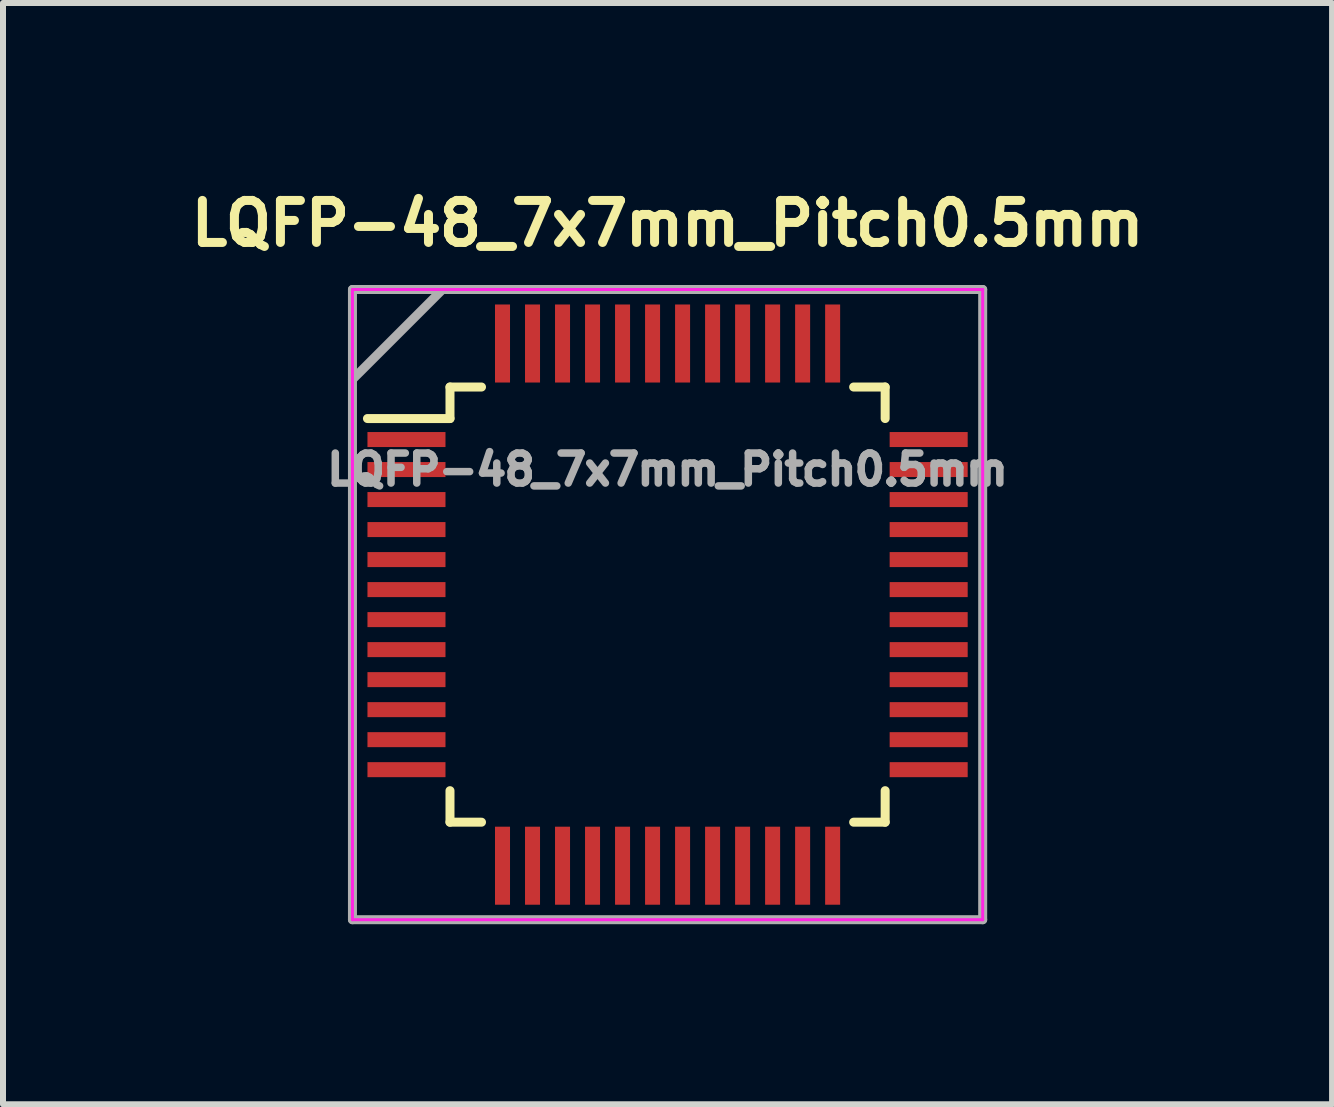
<source format=kicad_pcb>
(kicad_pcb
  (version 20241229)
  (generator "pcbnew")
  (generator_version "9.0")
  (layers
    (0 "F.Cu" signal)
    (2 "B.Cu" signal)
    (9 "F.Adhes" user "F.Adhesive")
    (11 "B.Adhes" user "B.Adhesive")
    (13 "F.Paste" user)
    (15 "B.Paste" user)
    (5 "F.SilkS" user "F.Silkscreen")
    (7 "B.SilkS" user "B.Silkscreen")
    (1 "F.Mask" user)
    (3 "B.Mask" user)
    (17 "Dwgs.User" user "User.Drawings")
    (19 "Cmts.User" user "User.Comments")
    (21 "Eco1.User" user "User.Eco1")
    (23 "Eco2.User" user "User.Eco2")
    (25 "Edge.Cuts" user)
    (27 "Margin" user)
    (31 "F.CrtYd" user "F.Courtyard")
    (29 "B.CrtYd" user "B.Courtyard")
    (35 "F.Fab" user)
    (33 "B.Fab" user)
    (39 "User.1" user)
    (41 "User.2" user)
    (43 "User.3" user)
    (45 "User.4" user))
  (footprint "LQFP-48_7x7mm_Pitch0.5mm"
    (layer "F.Cu")
    (at 8.072 7.023)
    (property "Reference" "LQFP-48_7x7mm_Pitch0.5mm" (at 0 -6.35 180) (layer "F.SilkS") (effects (font (size 0.7 0.7) (thickness 0.15))))
    (attr smd)
    (fp_line (start -3.625 -3.625) (end -3.625 -3.1) (stroke (width 0.15) (type solid)) (layer "F.SilkS"))
    (fp_line (start -3.625 -3.625) (end -3.1 -3.625) (stroke (width 0.15) (type solid)) (layer "F.SilkS"))
    (fp_line (start -3.625 -3.1) (end -5 -3.1) (stroke (width 0.15) (type solid)) (layer "F.SilkS"))
    (fp_line (start -3.625 3.625) (end -3.625 3.1) (stroke (width 0.15) (type solid)) (layer "F.SilkS"))
    (fp_line (start -3.625 3.625) (end -3.1 3.625) (stroke (width 0.15) (type solid)) (layer "F.SilkS"))
    (fp_line (start 3.625 -3.625) (end 3.1 -3.625) (stroke (width 0.15) (type solid)) (layer "F.SilkS"))
    (fp_line (start 3.625 -3.625) (end 3.625 -3.1) (stroke (width 0.15) (type solid)) (layer "F.SilkS"))
    (fp_line (start 3.625 3.625) (end 3.1 3.625) (stroke (width 0.15) (type solid)) (layer "F.SilkS"))
    (fp_line (start 3.625 3.625) (end 3.625 3.1) (stroke (width 0.15) (type solid)) (layer "F.SilkS"))
    (fp_line (start -5.25 -5.25) (end -5.25 5.25) (stroke (width 0.05) (type solid)) (layer "F.CrtYd"))
    (fp_line (start -5.25 -5.25) (end 5.25 -5.25) (stroke (width 0.05) (type solid)) (layer "F.CrtYd"))
    (fp_line (start -5.25 5.25) (end 5.25 5.25) (stroke (width 0.05) (type solid)) (layer "F.CrtYd"))
    (fp_line (start 5.25 -5.25) (end 5.25 5.25) (stroke (width 0.05) (type solid)) (layer "F.CrtYd"))
    (fp_line (start -5.25 -5.25) (end -5.25 5.25) (stroke (width 0.15) (type solid)) (layer "F.Fab"))
    (fp_line (start -5.25 -5.25) (end 5.25 -5.25) (stroke (width 0.15) (type solid)) (layer "F.Fab"))
    (fp_line (start -5.25 -3.75) (end -3.75 -5.25) (stroke (width 0.15) (type solid)) (layer "F.Fab"))
    (fp_line (start -5.25 5.25) (end 5.25 5.25) (stroke (width 0.15) (type solid)) (layer "F.Fab"))
    (fp_line (start 5.25 -5.25) (end 5.25 5.25) (stroke (width 0.15) (type solid)) (layer "F.Fab"))
    (fp_text user "${REFERENCE}" (at 0 -2.25 0) (layer "F.Fab") (effects (font (size 0.5 0.5) (thickness 0.125))))
    (pad "1" smd rect (at -4.35 -2.75) (size 1.3 0.25) (layers "F.Cu" "F.Mask" "F.Paste"))
    (pad "2" smd rect (at -4.35 -2.25) (size 1.3 0.25) (layers "F.Cu" "F.Mask" "F.Paste"))
    (pad "3" smd rect (at -4.35 -1.75) (size 1.3 0.25) (layers "F.Cu" "F.Mask" "F.Paste"))
    (pad "4" smd rect (at -4.35 -1.25) (size 1.3 0.25) (layers "F.Cu" "F.Mask" "F.Paste"))
    (pad "5" smd rect (at -4.35 -0.75) (size 1.3 0.25) (layers "F.Cu" "F.Mask" "F.Paste"))
    (pad "6" smd rect (at -4.35 -0.25) (size 1.3 0.25) (layers "F.Cu" "F.Mask" "F.Paste"))
    (pad "7" smd rect (at -4.35 0.25) (size 1.3 0.25) (layers "F.Cu" "F.Mask" "F.Paste"))
    (pad "8" smd rect (at -4.35 0.75) (size 1.3 0.25) (layers "F.Cu" "F.Mask" "F.Paste"))
    (pad "9" smd rect (at -4.35 1.25) (size 1.3 0.25) (layers "F.Cu" "F.Mask" "F.Paste"))
    (pad "10" smd rect (at -4.35 1.75) (size 1.3 0.25) (layers "F.Cu" "F.Mask" "F.Paste"))
    (pad "11" smd rect (at -4.35 2.25) (size 1.3 0.25) (layers "F.Cu" "F.Mask" "F.Paste"))
    (pad "12" smd rect (at -4.35 2.75) (size 1.3 0.25) (layers "F.Cu" "F.Mask" "F.Paste"))
    (pad "13" smd rect (at -2.75 4.35 90) (size 1.3 0.25) (layers "F.Cu" "F.Mask" "F.Paste"))
    (pad "14" smd rect (at -2.25 4.35 90) (size 1.3 0.25) (layers "F.Cu" "F.Mask" "F.Paste"))
    (pad "15" smd rect (at -1.75 4.35 90) (size 1.3 0.25) (layers "F.Cu" "F.Mask" "F.Paste"))
    (pad "16" smd rect (at -1.25 4.35 90) (size 1.3 0.25) (layers "F.Cu" "F.Mask" "F.Paste"))
    (pad "17" smd rect (at -0.75 4.35 90) (size 1.3 0.25) (layers "F.Cu" "F.Mask" "F.Paste"))
    (pad "18" smd rect (at -0.25 4.35 90) (size 1.3 0.25) (layers "F.Cu" "F.Mask" "F.Paste"))
    (pad "19" smd rect (at 0.25 4.35 90) (size 1.3 0.25) (layers "F.Cu" "F.Mask" "F.Paste"))
    (pad "20" smd rect (at 0.75 4.35 90) (size 1.3 0.25) (layers "F.Cu" "F.Mask" "F.Paste"))
    (pad "21" smd rect (at 1.25 4.35 90) (size 1.3 0.25) (layers "F.Cu" "F.Mask" "F.Paste"))
    (pad "22" smd rect (at 1.75 4.35 90) (size 1.3 0.25) (layers "F.Cu" "F.Mask" "F.Paste"))
    (pad "23" smd rect (at 2.25 4.35 90) (size 1.3 0.25) (layers "F.Cu" "F.Mask" "F.Paste"))
    (pad "24" smd rect (at 2.75 4.35 90) (size 1.3 0.25) (layers "F.Cu" "F.Mask" "F.Paste"))
    (pad "25" smd rect (at 4.35 2.75) (size 1.3 0.25) (layers "F.Cu" "F.Mask" "F.Paste"))
    (pad "26" smd rect (at 4.35 2.25) (size 1.3 0.25) (layers "F.Cu" "F.Mask" "F.Paste"))
    (pad "27" smd rect (at 4.35 1.75) (size 1.3 0.25) (layers "F.Cu" "F.Mask" "F.Paste"))
    (pad "28" smd rect (at 4.35 1.25) (size 1.3 0.25) (layers "F.Cu" "F.Mask" "F.Paste"))
    (pad "29" smd rect (at 4.35 0.75) (size 1.3 0.25) (layers "F.Cu" "F.Mask" "F.Paste"))
    (pad "30" smd rect (at 4.35 0.25) (size 1.3 0.25) (layers "F.Cu" "F.Mask" "F.Paste"))
    (pad "31" smd rect (at 4.35 -0.25) (size 1.3 0.25) (layers "F.Cu" "F.Mask" "F.Paste"))
    (pad "32" smd rect (at 4.35 -0.75) (size 1.3 0.25) (layers "F.Cu" "F.Mask" "F.Paste"))
    (pad "33" smd rect (at 4.35 -1.25) (size 1.3 0.25) (layers "F.Cu" "F.Mask" "F.Paste"))
    (pad "34" smd rect (at 4.35 -1.75) (size 1.3 0.25) (layers "F.Cu" "F.Mask" "F.Paste"))
    (pad "35" smd rect (at 4.35 -2.25) (size 1.3 0.25) (layers "F.Cu" "F.Mask" "F.Paste"))
    (pad "36" smd rect (at 4.35 -2.75) (size 1.3 0.25) (layers "F.Cu" "F.Mask" "F.Paste"))
    (pad "37" smd rect (at 2.75 -4.35 90) (size 1.3 0.25) (layers "F.Cu" "F.Mask" "F.Paste"))
    (pad "38" smd rect (at 2.25 -4.35 90) (size 1.3 0.25) (layers "F.Cu" "F.Mask" "F.Paste"))
    (pad "39" smd rect (at 1.75 -4.35 90) (size 1.3 0.25) (layers "F.Cu" "F.Mask" "F.Paste"))
    (pad "40" smd rect (at 1.25 -4.35 90) (size 1.3 0.25) (layers "F.Cu" "F.Mask" "F.Paste"))
    (pad "41" smd rect (at 0.75 -4.35 90) (size 1.3 0.25) (layers "F.Cu" "F.Mask" "F.Paste"))
    (pad "42" smd rect (at 0.25 -4.35 90) (size 1.3 0.25) (layers "F.Cu" "F.Mask" "F.Paste"))
    (pad "43" smd rect (at -0.25 -4.35 90) (size 1.3 0.25) (layers "F.Cu" "F.Mask" "F.Paste"))
    (pad "44" smd rect (at -0.75 -4.35 90) (size 1.3 0.25) (layers "F.Cu" "F.Mask" "F.Paste"))
    (pad "45" smd rect (at -1.25 -4.35 90) (size 1.3 0.25) (layers "F.Cu" "F.Mask" "F.Paste"))
    (pad "46" smd rect (at -1.75 -4.35 90) (size 1.3 0.25) (layers "F.Cu" "F.Mask" "F.Paste"))
    (pad "47" smd rect (at -2.25 -4.35 90) (size 1.3 0.25) (layers "F.Cu" "F.Mask" "F.Paste"))
    (pad "48" smd rect (at -2.75 -4.35 90) (size 1.3 0.25) (layers "F.Cu" "F.Mask" "F.Paste")))
  (gr_rect
    (start -3 -3)
    (end 19.143 15.348)
    (stroke (width 0.1) (type default))
    (fill no)
    (layer "Edge.Cuts")))
</source>
